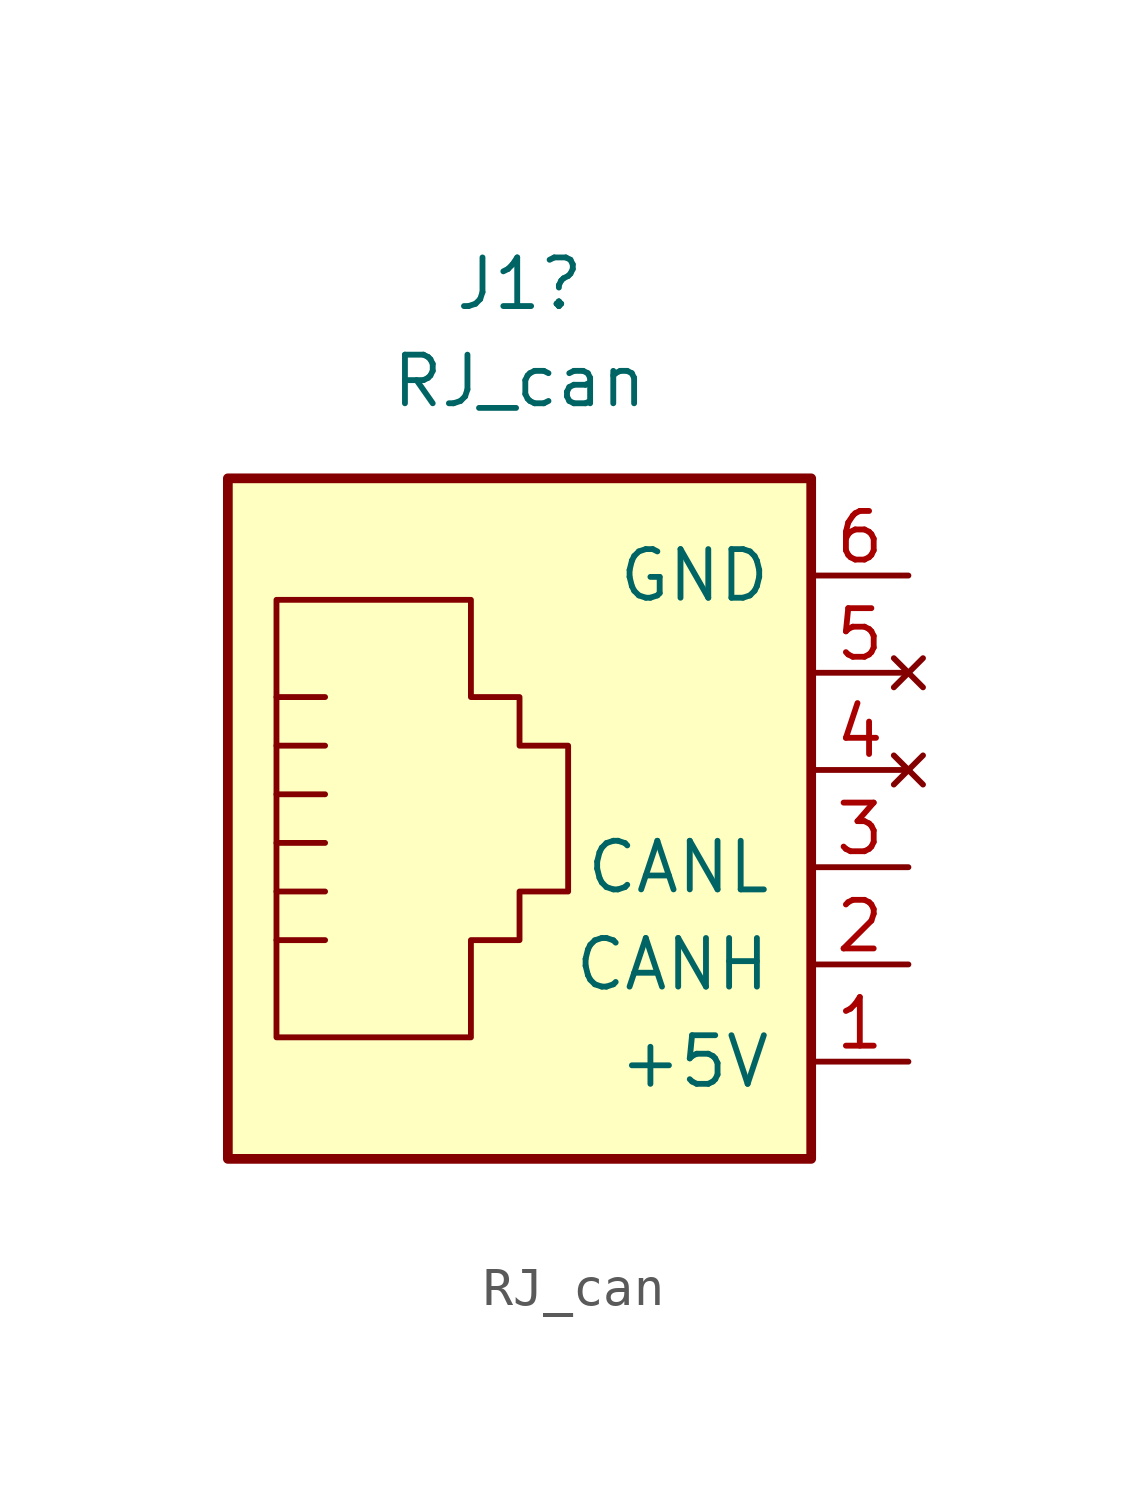
<source format=kicad_sym>
(kicad_symbol_lib
  (version 20211014)
  (generator kicad_symbol_editor)
  (symbol "RJ_can"
    (pin_names
      (offset 1.016))
    (property "Reference" "J1"
      (at 0 15.24 0)
      (effects (font (size 1.27 1.27))))
    (property "Value" "RJ_can"
      (at 0 12.7 0)
      (effects (font (size 1.27 1.27))))
    (symbol "RJ_can_0_1"
      (polyline (pts (xy -6.35 -1.905) (xy -5.08 -1.905) (xy -5.08 -1.905)) (stroke (width 0) (type default) (color 0 0 0 0)) (fill (type none)))
      (polyline (pts (xy -6.35 -0.635) (xy -5.08 -0.635) (xy -5.08 -0.635)) (stroke (width 0) (type default) (color 0 0 0 0)) (fill (type none)))
      (polyline (pts (xy -6.35 0.635) (xy -5.08 0.635) (xy -5.08 0.635)) (stroke (width 0) (type default) (color 0 0 0 0)) (fill (type none)))
      (polyline (pts (xy -6.35 1.905) (xy -5.08 1.905) (xy -5.08 1.905)) (stroke (width 0) (type default) (color 0 0 0 0)) (fill (type none)))
      (polyline (pts (xy -6.35 3.175) (xy -5.08 3.175) (xy -5.08 3.175)) (stroke (width 0) (type default) (color 0 0 0 0)) (fill (type none)))
      (polyline (pts (xy -5.08 4.445) (xy -6.35 4.445) (xy -6.35 4.445)) (stroke (width 0) (type default) (color 0 0 0 0)) (fill (type none)))
      (polyline (pts (xy -6.35 -4.445) (xy -6.35 6.985) (xy -1.27 6.985) (xy -1.27 4.445) (xy 0 4.445) (xy 0 3.175) (xy 1.27 3.175) (xy 1.27 -0.635) (xy 0 -0.635) (xy 0 -1.905) (xy -1.27 -1.905) (xy -1.27 -4.445) (xy -6.35 -4.445) (xy -6.35 -4.445)) (stroke (width 0) (type default) (color 0 0 0 0)) (fill (type none)))
      (rectangle (start 7.62 10.16) (end -7.62 -7.62) (stroke (width 0.254) (type default) (color 0 0 0 0)) (fill (type background))))
    (symbol "RJ_can_1_1"
      (pin power_out line (at 10.16 -5.08 180) (length 2.54) (name "+5V" (effects (font (size 1.27 1.27)))) (number "1" (effects (font (size 1.27 1.27)))) (alternate "+5V_IN" power_in line))
      (pin passive line (at 10.16 -2.54 180) (length 2.54) (name "CANH" (effects (font (size 1.27 1.27)))) (number "2" (effects (font (size 1.27 1.27)))))
      (pin passive line (at 10.16 0 180) (length 2.54) (name "CANL" (effects (font (size 1.27 1.27)))) (number "3" (effects (font (size 1.27 1.27)))))
      (pin no_connect line (at 10.16 2.54 180) (length 2.54) (name "" (effects (font (size 1.27 1.27)))) (number "4" (effects (font (size 1.27 1.27)))))
      (pin no_connect line (at 10.16 5.08 180) (length 2.54) (name "~" (effects (font (size 1.27 1.27)))) (number "5" (effects (font (size 1.27 1.27)))))
      (pin power_out line (at 10.16 7.62 180) (length 2.54) (name "GND" (effects (font (size 1.27 1.27)))) (number "6" (effects (font (size 1.27 1.27)))) (alternate "GND_IN" power_in line)))))
</source>
